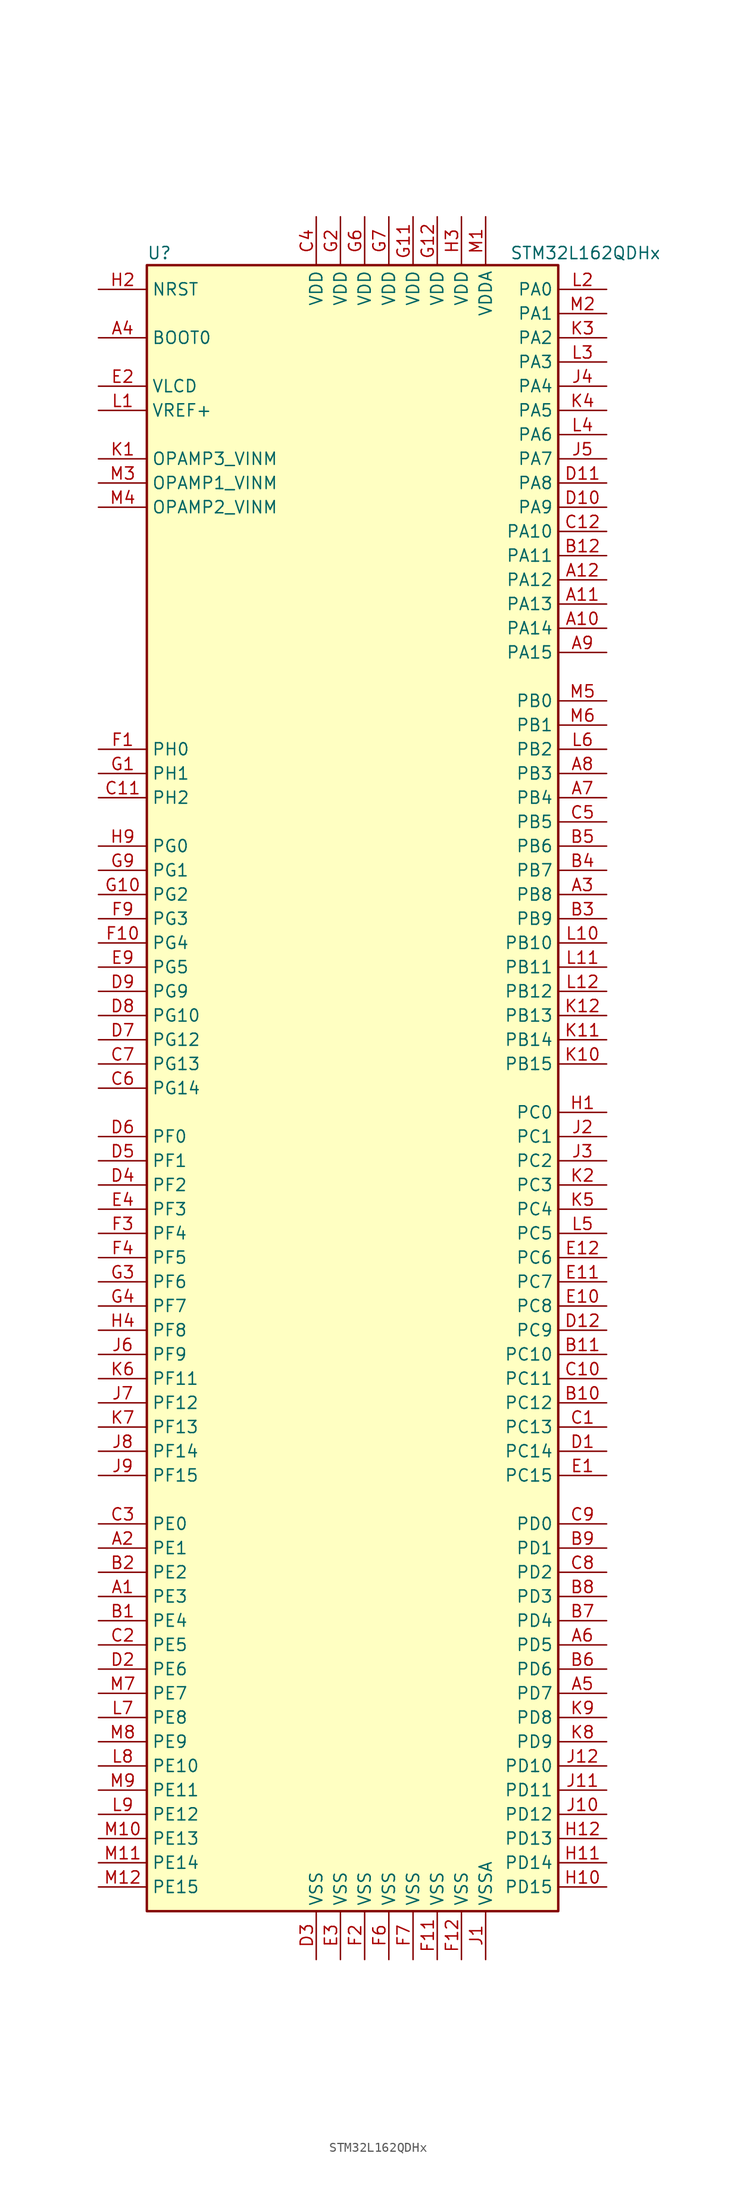
<source format=kicad_sym>
(kicad_symbol_lib
  (version 20211014)
  (generator kicad_symbol_editor)
  (symbol "STM32L162QDHx"
    (property "Reference" "U"
      (at -22.86 87.63 0)
      (effects (font (size 1.27 1.27)) (justify left)))
    (property "Value" "STM32L162QDHx"
      (at 15.24 87.63 0)
      (effects (font (size 1.27 1.27)) (justify left)))
    (symbol "STM32L162QDHx_0_1"
      (rectangle (start -22.86 -86.36) (end 20.32 86.36) (stroke (width 0.254) (type default) (color 0 0 0 0)) (fill (type background))))
    (symbol "STM32L162QDHx_1_1"
      (pin bidirectional line (at -27.94 -53.34 0) (length 5.08) (name "PE3" (effects (font (size 1.27 1.27)))) (number "A1" (effects (font (size 1.27 1.27)))))
      (pin bidirectional line (at 25.4 48.26 180) (length 5.08) (name "PA14" (effects (font (size 1.27 1.27)))) (number "A10" (effects (font (size 1.27 1.27)))))
      (pin bidirectional line (at 25.4 50.8 180) (length 5.08) (name "PA13" (effects (font (size 1.27 1.27)))) (number "A11" (effects (font (size 1.27 1.27)))))
      (pin bidirectional line (at 25.4 53.34 180) (length 5.08) (name "PA12" (effects (font (size 1.27 1.27)))) (number "A12" (effects (font (size 1.27 1.27)))))
      (pin bidirectional line (at -27.94 -48.26 0) (length 5.08) (name "PE1" (effects (font (size 1.27 1.27)))) (number "A2" (effects (font (size 1.27 1.27)))))
      (pin bidirectional line (at 25.4 20.32 180) (length 5.08) (name "PB8" (effects (font (size 1.27 1.27)))) (number "A3" (effects (font (size 1.27 1.27)))))
      (pin input line (at -27.94 78.74 0) (length 5.08) (name "BOOT0" (effects (font (size 1.27 1.27)))) (number "A4" (effects (font (size 1.27 1.27)))))
      (pin bidirectional line (at 25.4 -63.5 180) (length 5.08) (name "PD7" (effects (font (size 1.27 1.27)))) (number "A5" (effects (font (size 1.27 1.27)))))
      (pin bidirectional line (at 25.4 -58.42 180) (length 5.08) (name "PD5" (effects (font (size 1.27 1.27)))) (number "A6" (effects (font (size 1.27 1.27)))))
      (pin bidirectional line (at 25.4 30.48 180) (length 5.08) (name "PB4" (effects (font (size 1.27 1.27)))) (number "A7" (effects (font (size 1.27 1.27)))))
      (pin bidirectional line (at 25.4 33.02 180) (length 5.08) (name "PB3" (effects (font (size 1.27 1.27)))) (number "A8" (effects (font (size 1.27 1.27)))))
      (pin bidirectional line (at 25.4 45.72 180) (length 5.08) (name "PA15" (effects (font (size 1.27 1.27)))) (number "A9" (effects (font (size 1.27 1.27)))))
      (pin bidirectional line (at -27.94 -55.88 0) (length 5.08) (name "PE4" (effects (font (size 1.27 1.27)))) (number "B1" (effects (font (size 1.27 1.27)))))
      (pin bidirectional line (at 25.4 -33.02 180) (length 5.08) (name "PC12" (effects (font (size 1.27 1.27)))) (number "B10" (effects (font (size 1.27 1.27)))))
      (pin bidirectional line (at 25.4 -27.94 180) (length 5.08) (name "PC10" (effects (font (size 1.27 1.27)))) (number "B11" (effects (font (size 1.27 1.27)))))
      (pin bidirectional line (at 25.4 55.88 180) (length 5.08) (name "PA11" (effects (font (size 1.27 1.27)))) (number "B12" (effects (font (size 1.27 1.27)))))
      (pin bidirectional line (at -27.94 -50.8 0) (length 5.08) (name "PE2" (effects (font (size 1.27 1.27)))) (number "B2" (effects (font (size 1.27 1.27)))))
      (pin bidirectional line (at 25.4 17.78 180) (length 5.08) (name "PB9" (effects (font (size 1.27 1.27)))) (number "B3" (effects (font (size 1.27 1.27)))))
      (pin bidirectional line (at 25.4 22.86 180) (length 5.08) (name "PB7" (effects (font (size 1.27 1.27)))) (number "B4" (effects (font (size 1.27 1.27)))))
      (pin bidirectional line (at 25.4 25.4 180) (length 5.08) (name "PB6" (effects (font (size 1.27 1.27)))) (number "B5" (effects (font (size 1.27 1.27)))))
      (pin bidirectional line (at 25.4 -60.96 180) (length 5.08) (name "PD6" (effects (font (size 1.27 1.27)))) (number "B6" (effects (font (size 1.27 1.27)))))
      (pin bidirectional line (at 25.4 -55.88 180) (length 5.08) (name "PD4" (effects (font (size 1.27 1.27)))) (number "B7" (effects (font (size 1.27 1.27)))))
      (pin bidirectional line (at 25.4 -53.34 180) (length 5.08) (name "PD3" (effects (font (size 1.27 1.27)))) (number "B8" (effects (font (size 1.27 1.27)))))
      (pin bidirectional line (at 25.4 -48.26 180) (length 5.08) (name "PD1" (effects (font (size 1.27 1.27)))) (number "B9" (effects (font (size 1.27 1.27)))))
      (pin bidirectional line (at 25.4 -35.56 180) (length 5.08) (name "PC13" (effects (font (size 1.27 1.27)))) (number "C1" (effects (font (size 1.27 1.27)))))
      (pin bidirectional line (at 25.4 -30.48 180) (length 5.08) (name "PC11" (effects (font (size 1.27 1.27)))) (number "C10" (effects (font (size 1.27 1.27)))))
      (pin bidirectional line (at -27.94 30.48 0) (length 5.08) (name "PH2" (effects (font (size 1.27 1.27)))) (number "C11" (effects (font (size 1.27 1.27)))))
      (pin bidirectional line (at 25.4 58.42 180) (length 5.08) (name "PA10" (effects (font (size 1.27 1.27)))) (number "C12" (effects (font (size 1.27 1.27)))))
      (pin bidirectional line (at -27.94 -58.42 0) (length 5.08) (name "PE5" (effects (font (size 1.27 1.27)))) (number "C2" (effects (font (size 1.27 1.27)))))
      (pin bidirectional line (at -27.94 -45.72 0) (length 5.08) (name "PE0" (effects (font (size 1.27 1.27)))) (number "C3" (effects (font (size 1.27 1.27)))))
      (pin power_in line (at -5.08 91.44 270) (length 5.08) (name "VDD" (effects (font (size 1.27 1.27)))) (number "C4" (effects (font (size 1.27 1.27)))))
      (pin bidirectional line (at 25.4 27.94 180) (length 5.08) (name "PB5" (effects (font (size 1.27 1.27)))) (number "C5" (effects (font (size 1.27 1.27)))))
      (pin bidirectional line (at -27.94 0 0) (length 5.08) (name "PG14" (effects (font (size 1.27 1.27)))) (number "C6" (effects (font (size 1.27 1.27)))))
      (pin bidirectional line (at -27.94 2.54 0) (length 5.08) (name "PG13" (effects (font (size 1.27 1.27)))) (number "C7" (effects (font (size 1.27 1.27)))))
      (pin bidirectional line (at 25.4 -50.8 180) (length 5.08) (name "PD2" (effects (font (size 1.27 1.27)))) (number "C8" (effects (font (size 1.27 1.27)))))
      (pin bidirectional line (at 25.4 -45.72 180) (length 5.08) (name "PD0" (effects (font (size 1.27 1.27)))) (number "C9" (effects (font (size 1.27 1.27)))))
      (pin bidirectional line (at 25.4 -38.1 180) (length 5.08) (name "PC14" (effects (font (size 1.27 1.27)))) (number "D1" (effects (font (size 1.27 1.27)))))
      (pin bidirectional line (at 25.4 60.96 180) (length 5.08) (name "PA9" (effects (font (size 1.27 1.27)))) (number "D10" (effects (font (size 1.27 1.27)))))
      (pin bidirectional line (at 25.4 63.5 180) (length 5.08) (name "PA8" (effects (font (size 1.27 1.27)))) (number "D11" (effects (font (size 1.27 1.27)))))
      (pin bidirectional line (at 25.4 -25.4 180) (length 5.08) (name "PC9" (effects (font (size 1.27 1.27)))) (number "D12" (effects (font (size 1.27 1.27)))))
      (pin bidirectional line (at -27.94 -60.96 0) (length 5.08) (name "PE6" (effects (font (size 1.27 1.27)))) (number "D2" (effects (font (size 1.27 1.27)))))
      (pin power_in line (at -5.08 -91.44 90) (length 5.08) (name "VSS" (effects (font (size 1.27 1.27)))) (number "D3" (effects (font (size 1.27 1.27)))))
      (pin bidirectional line (at -27.94 -10.16 0) (length 5.08) (name "PF2" (effects (font (size 1.27 1.27)))) (number "D4" (effects (font (size 1.27 1.27)))))
      (pin bidirectional line (at -27.94 -7.62 0) (length 5.08) (name "PF1" (effects (font (size 1.27 1.27)))) (number "D5" (effects (font (size 1.27 1.27)))))
      (pin bidirectional line (at -27.94 -5.08 0) (length 5.08) (name "PF0" (effects (font (size 1.27 1.27)))) (number "D6" (effects (font (size 1.27 1.27)))))
      (pin bidirectional line (at -27.94 5.08 0) (length 5.08) (name "PG12" (effects (font (size 1.27 1.27)))) (number "D7" (effects (font (size 1.27 1.27)))))
      (pin bidirectional line (at -27.94 7.62 0) (length 5.08) (name "PG10" (effects (font (size 1.27 1.27)))) (number "D8" (effects (font (size 1.27 1.27)))))
      (pin bidirectional line (at -27.94 10.16 0) (length 5.08) (name "PG9" (effects (font (size 1.27 1.27)))) (number "D9" (effects (font (size 1.27 1.27)))))
      (pin bidirectional line (at 25.4 -40.64 180) (length 5.08) (name "PC15" (effects (font (size 1.27 1.27)))) (number "E1" (effects (font (size 1.27 1.27)))))
      (pin bidirectional line (at 25.4 -22.86 180) (length 5.08) (name "PC8" (effects (font (size 1.27 1.27)))) (number "E10" (effects (font (size 1.27 1.27)))))
      (pin bidirectional line (at 25.4 -20.32 180) (length 5.08) (name "PC7" (effects (font (size 1.27 1.27)))) (number "E11" (effects (font (size 1.27 1.27)))))
      (pin bidirectional line (at 25.4 -17.78 180) (length 5.08) (name "PC6" (effects (font (size 1.27 1.27)))) (number "E12" (effects (font (size 1.27 1.27)))))
      (pin power_in line (at -27.94 73.66 0) (length 5.08) (name "VLCD" (effects (font (size 1.27 1.27)))) (number "E2" (effects (font (size 1.27 1.27)))))
      (pin power_in line (at -2.54 -91.44 90) (length 5.08) (name "VSS" (effects (font (size 1.27 1.27)))) (number "E3" (effects (font (size 1.27 1.27)))))
      (pin bidirectional line (at -27.94 -12.7 0) (length 5.08) (name "PF3" (effects (font (size 1.27 1.27)))) (number "E4" (effects (font (size 1.27 1.27)))))
      (pin bidirectional line (at -27.94 12.7 0) (length 5.08) (name "PG5" (effects (font (size 1.27 1.27)))) (number "E9" (effects (font (size 1.27 1.27)))))
      (pin input line (at -27.94 35.56 0) (length 5.08) (name "PH0" (effects (font (size 1.27 1.27)))) (number "F1" (effects (font (size 1.27 1.27)))))
      (pin bidirectional line (at -27.94 15.24 0) (length 5.08) (name "PG4" (effects (font (size 1.27 1.27)))) (number "F10" (effects (font (size 1.27 1.27)))))
      (pin power_in line (at 7.62 -91.44 90) (length 5.08) (name "VSS" (effects (font (size 1.27 1.27)))) (number "F11" (effects (font (size 1.27 1.27)))))
      (pin power_in line (at 10.16 -91.44 90) (length 5.08) (name "VSS" (effects (font (size 1.27 1.27)))) (number "F12" (effects (font (size 1.27 1.27)))))
      (pin power_in line (at 0 -91.44 90) (length 5.08) (name "VSS" (effects (font (size 1.27 1.27)))) (number "F2" (effects (font (size 1.27 1.27)))))
      (pin bidirectional line (at -27.94 -15.24 0) (length 5.08) (name "PF4" (effects (font (size 1.27 1.27)))) (number "F3" (effects (font (size 1.27 1.27)))))
      (pin bidirectional line (at -27.94 -17.78 0) (length 5.08) (name "PF5" (effects (font (size 1.27 1.27)))) (number "F4" (effects (font (size 1.27 1.27)))))
      (pin power_in line (at 2.54 -91.44 90) (length 5.08) (name "VSS" (effects (font (size 1.27 1.27)))) (number "F6" (effects (font (size 1.27 1.27)))))
      (pin power_in line (at 5.08 -91.44 90) (length 5.08) (name "VSS" (effects (font (size 1.27 1.27)))) (number "F7" (effects (font (size 1.27 1.27)))))
      (pin bidirectional line (at -27.94 17.78 0) (length 5.08) (name "PG3" (effects (font (size 1.27 1.27)))) (number "F9" (effects (font (size 1.27 1.27)))))
      (pin input line (at -27.94 33.02 0) (length 5.08) (name "PH1" (effects (font (size 1.27 1.27)))) (number "G1" (effects (font (size 1.27 1.27)))))
      (pin bidirectional line (at -27.94 20.32 0) (length 5.08) (name "PG2" (effects (font (size 1.27 1.27)))) (number "G10" (effects (font (size 1.27 1.27)))))
      (pin power_in line (at 5.08 91.44 270) (length 5.08) (name "VDD" (effects (font (size 1.27 1.27)))) (number "G11" (effects (font (size 1.27 1.27)))))
      (pin power_in line (at 7.62 91.44 270) (length 5.08) (name "VDD" (effects (font (size 1.27 1.27)))) (number "G12" (effects (font (size 1.27 1.27)))))
      (pin power_in line (at -2.54 91.44 270) (length 5.08) (name "VDD" (effects (font (size 1.27 1.27)))) (number "G2" (effects (font (size 1.27 1.27)))))
      (pin bidirectional line (at -27.94 -20.32 0) (length 5.08) (name "PF6" (effects (font (size 1.27 1.27)))) (number "G3" (effects (font (size 1.27 1.27)))))
      (pin bidirectional line (at -27.94 -22.86 0) (length 5.08) (name "PF7" (effects (font (size 1.27 1.27)))) (number "G4" (effects (font (size 1.27 1.27)))))
      (pin power_in line (at 0 91.44 270) (length 5.08) (name "VDD" (effects (font (size 1.27 1.27)))) (number "G6" (effects (font (size 1.27 1.27)))))
      (pin power_in line (at 2.54 91.44 270) (length 5.08) (name "VDD" (effects (font (size 1.27 1.27)))) (number "G7" (effects (font (size 1.27 1.27)))))
      (pin bidirectional line (at -27.94 22.86 0) (length 5.08) (name "PG1" (effects (font (size 1.27 1.27)))) (number "G9" (effects (font (size 1.27 1.27)))))
      (pin bidirectional line (at 25.4 -2.54 180) (length 5.08) (name "PC0" (effects (font (size 1.27 1.27)))) (number "H1" (effects (font (size 1.27 1.27)))))
      (pin bidirectional line (at 25.4 -83.82 180) (length 5.08) (name "PD15" (effects (font (size 1.27 1.27)))) (number "H10" (effects (font (size 1.27 1.27)))))
      (pin bidirectional line (at 25.4 -81.28 180) (length 5.08) (name "PD14" (effects (font (size 1.27 1.27)))) (number "H11" (effects (font (size 1.27 1.27)))))
      (pin bidirectional line (at 25.4 -78.74 180) (length 5.08) (name "PD13" (effects (font (size 1.27 1.27)))) (number "H12" (effects (font (size 1.27 1.27)))))
      (pin input line (at -27.94 83.82 0) (length 5.08) (name "NRST" (effects (font (size 1.27 1.27)))) (number "H2" (effects (font (size 1.27 1.27)))))
      (pin power_in line (at 10.16 91.44 270) (length 5.08) (name "VDD" (effects (font (size 1.27 1.27)))) (number "H3" (effects (font (size 1.27 1.27)))))
      (pin bidirectional line (at -27.94 -25.4 0) (length 5.08) (name "PF8" (effects (font (size 1.27 1.27)))) (number "H4" (effects (font (size 1.27 1.27)))))
      (pin bidirectional line (at -27.94 25.4 0) (length 5.08) (name "PG0" (effects (font (size 1.27 1.27)))) (number "H9" (effects (font (size 1.27 1.27)))))
      (pin power_in line (at 12.7 -91.44 90) (length 5.08) (name "VSSA" (effects (font (size 1.27 1.27)))) (number "J1" (effects (font (size 1.27 1.27)))))
      (pin bidirectional line (at 25.4 -76.2 180) (length 5.08) (name "PD12" (effects (font (size 1.27 1.27)))) (number "J10" (effects (font (size 1.27 1.27)))))
      (pin bidirectional line (at 25.4 -73.66 180) (length 5.08) (name "PD11" (effects (font (size 1.27 1.27)))) (number "J11" (effects (font (size 1.27 1.27)))))
      (pin bidirectional line (at 25.4 -71.12 180) (length 5.08) (name "PD10" (effects (font (size 1.27 1.27)))) (number "J12" (effects (font (size 1.27 1.27)))))
      (pin bidirectional line (at 25.4 -5.08 180) (length 5.08) (name "PC1" (effects (font (size 1.27 1.27)))) (number "J2" (effects (font (size 1.27 1.27)))))
      (pin bidirectional line (at 25.4 -7.62 180) (length 5.08) (name "PC2" (effects (font (size 1.27 1.27)))) (number "J3" (effects (font (size 1.27 1.27)))))
      (pin bidirectional line (at 25.4 73.66 180) (length 5.08) (name "PA4" (effects (font (size 1.27 1.27)))) (number "J4" (effects (font (size 1.27 1.27)))))
      (pin bidirectional line (at 25.4 66.04 180) (length 5.08) (name "PA7" (effects (font (size 1.27 1.27)))) (number "J5" (effects (font (size 1.27 1.27)))))
      (pin bidirectional line (at -27.94 -27.94 0) (length 5.08) (name "PF9" (effects (font (size 1.27 1.27)))) (number "J6" (effects (font (size 1.27 1.27)))))
      (pin bidirectional line (at -27.94 -33.02 0) (length 5.08) (name "PF12" (effects (font (size 1.27 1.27)))) (number "J7" (effects (font (size 1.27 1.27)))))
      (pin bidirectional line (at -27.94 -38.1 0) (length 5.08) (name "PF14" (effects (font (size 1.27 1.27)))) (number "J8" (effects (font (size 1.27 1.27)))))
      (pin bidirectional line (at -27.94 -40.64 0) (length 5.08) (name "PF15" (effects (font (size 1.27 1.27)))) (number "J9" (effects (font (size 1.27 1.27)))))
      (pin bidirectional line (at -27.94 66.04 0) (length 5.08) (name "OPAMP3_VINM" (effects (font (size 1.27 1.27)))) (number "K1" (effects (font (size 1.27 1.27)))))
      (pin bidirectional line (at 25.4 2.54 180) (length 5.08) (name "PB15" (effects (font (size 1.27 1.27)))) (number "K10" (effects (font (size 1.27 1.27)))))
      (pin bidirectional line (at 25.4 5.08 180) (length 5.08) (name "PB14" (effects (font (size 1.27 1.27)))) (number "K11" (effects (font (size 1.27 1.27)))))
      (pin bidirectional line (at 25.4 7.62 180) (length 5.08) (name "PB13" (effects (font (size 1.27 1.27)))) (number "K12" (effects (font (size 1.27 1.27)))))
      (pin bidirectional line (at 25.4 -10.16 180) (length 5.08) (name "PC3" (effects (font (size 1.27 1.27)))) (number "K2" (effects (font (size 1.27 1.27)))))
      (pin bidirectional line (at 25.4 78.74 180) (length 5.08) (name "PA2" (effects (font (size 1.27 1.27)))) (number "K3" (effects (font (size 1.27 1.27)))))
      (pin bidirectional line (at 25.4 71.12 180) (length 5.08) (name "PA5" (effects (font (size 1.27 1.27)))) (number "K4" (effects (font (size 1.27 1.27)))))
      (pin bidirectional line (at 25.4 -12.7 180) (length 5.08) (name "PC4" (effects (font (size 1.27 1.27)))) (number "K5" (effects (font (size 1.27 1.27)))))
      (pin bidirectional line (at -27.94 -30.48 0) (length 5.08) (name "PF11" (effects (font (size 1.27 1.27)))) (number "K6" (effects (font (size 1.27 1.27)))))
      (pin bidirectional line (at -27.94 -35.56 0) (length 5.08) (name "PF13" (effects (font (size 1.27 1.27)))) (number "K7" (effects (font (size 1.27 1.27)))))
      (pin bidirectional line (at 25.4 -68.58 180) (length 5.08) (name "PD9" (effects (font (size 1.27 1.27)))) (number "K8" (effects (font (size 1.27 1.27)))))
      (pin bidirectional line (at 25.4 -66.04 180) (length 5.08) (name "PD8" (effects (font (size 1.27 1.27)))) (number "K9" (effects (font (size 1.27 1.27)))))
      (pin power_in line (at -27.94 71.12 0) (length 5.08) (name "VREF+" (effects (font (size 1.27 1.27)))) (number "L1" (effects (font (size 1.27 1.27)))))
      (pin bidirectional line (at 25.4 15.24 180) (length 5.08) (name "PB10" (effects (font (size 1.27 1.27)))) (number "L10" (effects (font (size 1.27 1.27)))))
      (pin bidirectional line (at 25.4 12.7 180) (length 5.08) (name "PB11" (effects (font (size 1.27 1.27)))) (number "L11" (effects (font (size 1.27 1.27)))))
      (pin bidirectional line (at 25.4 10.16 180) (length 5.08) (name "PB12" (effects (font (size 1.27 1.27)))) (number "L12" (effects (font (size 1.27 1.27)))))
      (pin bidirectional line (at 25.4 83.82 180) (length 5.08) (name "PA0" (effects (font (size 1.27 1.27)))) (number "L2" (effects (font (size 1.27 1.27)))))
      (pin bidirectional line (at 25.4 76.2 180) (length 5.08) (name "PA3" (effects (font (size 1.27 1.27)))) (number "L3" (effects (font (size 1.27 1.27)))))
      (pin bidirectional line (at 25.4 68.58 180) (length 5.08) (name "PA6" (effects (font (size 1.27 1.27)))) (number "L4" (effects (font (size 1.27 1.27)))))
      (pin bidirectional line (at 25.4 -15.24 180) (length 5.08) (name "PC5" (effects (font (size 1.27 1.27)))) (number "L5" (effects (font (size 1.27 1.27)))))
      (pin bidirectional line (at 25.4 35.56 180) (length 5.08) (name "PB2" (effects (font (size 1.27 1.27)))) (number "L6" (effects (font (size 1.27 1.27)))))
      (pin bidirectional line (at -27.94 -66.04 0) (length 5.08) (name "PE8" (effects (font (size 1.27 1.27)))) (number "L7" (effects (font (size 1.27 1.27)))))
      (pin bidirectional line (at -27.94 -71.12 0) (length 5.08) (name "PE10" (effects (font (size 1.27 1.27)))) (number "L8" (effects (font (size 1.27 1.27)))))
      (pin bidirectional line (at -27.94 -76.2 0) (length 5.08) (name "PE12" (effects (font (size 1.27 1.27)))) (number "L9" (effects (font (size 1.27 1.27)))))
      (pin power_in line (at 12.7 91.44 270) (length 5.08) (name "VDDA" (effects (font (size 1.27 1.27)))) (number "M1" (effects (font (size 1.27 1.27)))))
      (pin bidirectional line (at -27.94 -78.74 0) (length 5.08) (name "PE13" (effects (font (size 1.27 1.27)))) (number "M10" (effects (font (size 1.27 1.27)))))
      (pin bidirectional line (at -27.94 -81.28 0) (length 5.08) (name "PE14" (effects (font (size 1.27 1.27)))) (number "M11" (effects (font (size 1.27 1.27)))))
      (pin bidirectional line (at -27.94 -83.82 0) (length 5.08) (name "PE15" (effects (font (size 1.27 1.27)))) (number "M12" (effects (font (size 1.27 1.27)))))
      (pin bidirectional line (at 25.4 81.28 180) (length 5.08) (name "PA1" (effects (font (size 1.27 1.27)))) (number "M2" (effects (font (size 1.27 1.27)))))
      (pin bidirectional line (at -27.94 63.5 0) (length 5.08) (name "OPAMP1_VINM" (effects (font (size 1.27 1.27)))) (number "M3" (effects (font (size 1.27 1.27)))))
      (pin bidirectional line (at -27.94 60.96 0) (length 5.08) (name "OPAMP2_VINM" (effects (font (size 1.27 1.27)))) (number "M4" (effects (font (size 1.27 1.27)))))
      (pin bidirectional line (at 25.4 40.64 180) (length 5.08) (name "PB0" (effects (font (size 1.27 1.27)))) (number "M5" (effects (font (size 1.27 1.27)))))
      (pin bidirectional line (at 25.4 38.1 180) (length 5.08) (name "PB1" (effects (font (size 1.27 1.27)))) (number "M6" (effects (font (size 1.27 1.27)))))
      (pin bidirectional line (at -27.94 -63.5 0) (length 5.08) (name "PE7" (effects (font (size 1.27 1.27)))) (number "M7" (effects (font (size 1.27 1.27)))))
      (pin bidirectional line (at -27.94 -68.58 0) (length 5.08) (name "PE9" (effects (font (size 1.27 1.27)))) (number "M8" (effects (font (size 1.27 1.27)))))
      (pin bidirectional line (at -27.94 -73.66 0) (length 5.08) (name "PE11" (effects (font (size 1.27 1.27)))) (number "M9" (effects (font (size 1.27 1.27))))))))
</source>
